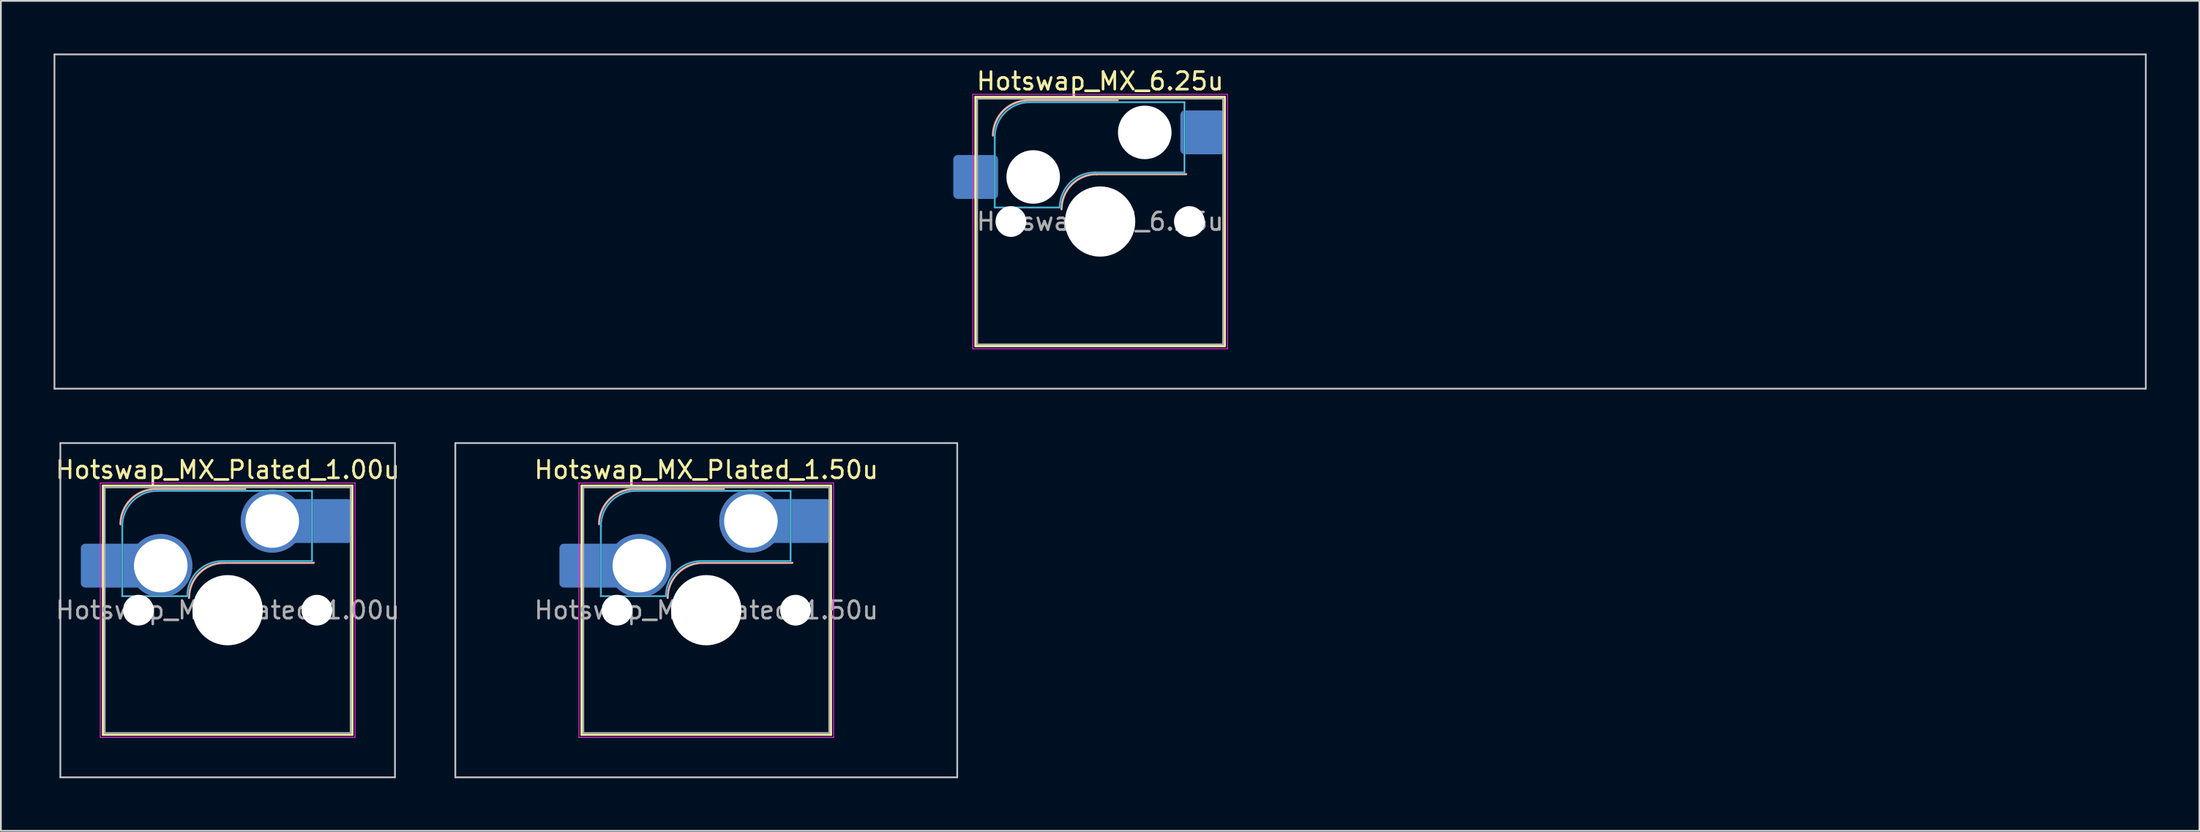
<source format=kicad_pcb>
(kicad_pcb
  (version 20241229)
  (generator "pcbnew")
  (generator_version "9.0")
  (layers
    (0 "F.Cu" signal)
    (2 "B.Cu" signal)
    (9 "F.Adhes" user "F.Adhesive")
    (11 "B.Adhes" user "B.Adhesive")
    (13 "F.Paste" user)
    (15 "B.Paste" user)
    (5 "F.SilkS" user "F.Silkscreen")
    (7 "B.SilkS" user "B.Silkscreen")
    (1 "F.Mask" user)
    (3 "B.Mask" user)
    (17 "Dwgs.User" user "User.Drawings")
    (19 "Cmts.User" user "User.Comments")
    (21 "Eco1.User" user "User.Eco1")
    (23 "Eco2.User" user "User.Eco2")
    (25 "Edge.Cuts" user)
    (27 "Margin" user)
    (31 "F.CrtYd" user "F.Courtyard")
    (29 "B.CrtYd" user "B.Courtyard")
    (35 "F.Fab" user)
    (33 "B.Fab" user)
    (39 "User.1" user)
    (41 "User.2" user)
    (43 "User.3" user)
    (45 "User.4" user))
  (footprint "Hotswap_MX_Plated_1.00u"
    (layer "F.Cu")
    (at 9.911 31.725)
    (property "Reference" "Hotswap_MX_Plated_1.00u" (at 0 -8 0) (layer "F.SilkS") (effects (font (size 1 1) (thickness 0.15))))
    (attr smd)
    (fp_line (start -7.1 -7.1) (end -7.1 7.1) (stroke (width 0.12) (type solid)) (layer "F.SilkS"))
    (fp_line (start -7.1 7.1) (end 7.1 7.1) (stroke (width 0.12) (type solid)) (layer "F.SilkS"))
    (fp_line (start 7.1 -7.1) (end -7.1 -7.1) (stroke (width 0.12) (type solid)) (layer "F.SilkS"))
    (fp_line (start 7.1 7.1) (end 7.1 -7.1) (stroke (width 0.12) (type solid)) (layer "F.SilkS"))
    (fp_line (start -4.1 -6.9) (end 1 -6.9) (stroke (width 0.12) (type solid)) (layer "B.SilkS"))
    (fp_line (start -0.2 -2.7) (end 4.9 -2.7) (stroke (width 0.12) (type solid)) (layer "B.SilkS"))
    (fp_arc (start -6.1 -4.9) (mid -5.514214 -6.314214) (end -4.1 -6.9) (stroke (width 0.12) (type solid)) (layer "B.SilkS"))
    (fp_arc (start -2.2 -0.7) (mid -1.614214 -2.114214) (end -0.2 -2.7) (stroke (width 0.12) (type solid)) (layer "B.SilkS"))
    (fp_line (start -9.525 -9.525) (end -9.525 9.525) (stroke (width 0.1) (type solid)) (layer "Dwgs.User"))
    (fp_line (start -9.525 9.525) (end 9.525 9.525) (stroke (width 0.1) (type solid)) (layer "Dwgs.User"))
    (fp_line (start 9.525 -9.525) (end -9.525 -9.525) (stroke (width 0.1) (type solid)) (layer "Dwgs.User"))
    (fp_line (start 9.525 9.525) (end 9.525 -9.525) (stroke (width 0.1) (type solid)) (layer "Dwgs.User"))
    (fp_line (start -7.8 -6) (end -7 -6) (stroke (width 0.1) (type solid)) (layer "Eco1.User"))
    (fp_line (start -7.8 -2.9) (end -7.8 -6) (stroke (width 0.1) (type solid)) (layer "Eco1.User"))
    (fp_line (start -7.8 2.9) (end -7 2.9) (stroke (width 0.1) (type solid)) (layer "Eco1.User"))
    (fp_line (start -7.8 6) (end -7.8 2.9) (stroke (width 0.1) (type solid)) (layer "Eco1.User"))
    (fp_line (start -7 -7) (end 7 -7) (stroke (width 0.1) (type solid)) (layer "Eco1.User"))
    (fp_line (start -7 -6) (end -7 -7) (stroke (width 0.1) (type solid)) (layer "Eco1.User"))
    (fp_line (start -7 -2.9) (end -7.8 -2.9) (stroke (width 0.1) (type solid)) (layer "Eco1.User"))
    (fp_line (start -7 2.9) (end -7 -2.9) (stroke (width 0.1) (type solid)) (layer "Eco1.User"))
    (fp_line (start -7 6) (end -7.8 6) (stroke (width 0.1) (type solid)) (layer "Eco1.User"))
    (fp_line (start -7 7) (end -7 6) (stroke (width 0.1) (type solid)) (layer "Eco1.User"))
    (fp_line (start 7 -7) (end 7 -6) (stroke (width 0.1) (type solid)) (layer "Eco1.User"))
    (fp_line (start 7 -6) (end 7.8 -6) (stroke (width 0.1) (type solid)) (layer "Eco1.User"))
    (fp_line (start 7 -2.9) (end 7 2.9) (stroke (width 0.1) (type solid)) (layer "Eco1.User"))
    (fp_line (start 7 2.9) (end 7.8 2.9) (stroke (width 0.1) (type solid)) (layer "Eco1.User"))
    (fp_line (start 7 6) (end 7 7) (stroke (width 0.1) (type solid)) (layer "Eco1.User"))
    (fp_line (start 7 7) (end -7 7) (stroke (width 0.1) (type solid)) (layer "Eco1.User"))
    (fp_line (start 7.8 -6) (end 7.8 -2.9) (stroke (width 0.1) (type solid)) (layer "Eco1.User"))
    (fp_line (start 7.8 -2.9) (end 7 -2.9) (stroke (width 0.1) (type solid)) (layer "Eco1.User"))
    (fp_line (start 7.8 2.9) (end 7.8 6) (stroke (width 0.1) (type solid)) (layer "Eco1.User"))
    (fp_line (start 7.8 6) (end 7 6) (stroke (width 0.1) (type solid)) (layer "Eco1.User"))
    (fp_line (start -6 -0.8) (end -6 -4.8) (stroke (width 0.05) (type solid)) (layer "B.CrtYd"))
    (fp_line (start -6 -0.8) (end -2.3 -0.8) (stroke (width 0.05) (type solid)) (layer "B.CrtYd"))
    (fp_line (start -4 -6.8) (end 4.8 -6.8) (stroke (width 0.05) (type solid)) (layer "B.CrtYd"))
    (fp_line (start -0.3 -2.8) (end 4.8 -2.8) (stroke (width 0.05) (type solid)) (layer "B.CrtYd"))
    (fp_line (start 4.8 -6.8) (end 4.8 -2.8) (stroke (width 0.05) (type solid)) (layer "B.CrtYd"))
    (fp_arc (start -6 -4.8) (mid -5.414214 -6.214214) (end -4 -6.8) (stroke (width 0.05) (type solid)) (layer "B.CrtYd"))
    (fp_arc (start -2.3 -0.8) (mid -1.714214 -2.214214) (end -0.3 -2.8) (stroke (width 0.05) (type solid)) (layer "B.CrtYd"))
    (fp_line (start -7.25 -7.25) (end -7.25 7.25) (stroke (width 0.05) (type solid)) (layer "F.CrtYd"))
    (fp_line (start -7.25 7.25) (end 7.25 7.25) (stroke (width 0.05) (type solid)) (layer "F.CrtYd"))
    (fp_line (start 7.25 -7.25) (end -7.25 -7.25) (stroke (width 0.05) (type solid)) (layer "F.CrtYd"))
    (fp_line (start 7.25 7.25) (end 7.25 -7.25) (stroke (width 0.05) (type solid)) (layer "F.CrtYd"))
    (fp_line (start -6 -0.8) (end -6 -4.8) (stroke (width 0.12) (type solid)) (layer "B.Fab"))
    (fp_line (start -6 -0.8) (end -2.3 -0.8) (stroke (width 0.12) (type solid)) (layer "B.Fab"))
    (fp_line (start -4 -6.8) (end 4.8 -6.8) (stroke (width 0.12) (type solid)) (layer "B.Fab"))
    (fp_line (start -0.3 -2.8) (end 4.8 -2.8) (stroke (width 0.12) (type solid)) (layer "B.Fab"))
    (fp_line (start 4.8 -6.8) (end 4.8 -2.8) (stroke (width 0.12) (type solid)) (layer "B.Fab"))
    (fp_arc (start -6 -4.8) (mid -5.414214 -6.214214) (end -4 -6.8) (stroke (width 0.12) (type solid)) (layer "B.Fab"))
    (fp_arc (start -2.3 -0.8) (mid -1.714214 -2.214214) (end -0.3 -2.8) (stroke (width 0.12) (type solid)) (layer "B.Fab"))
    (fp_line (start -7 -7) (end -7 7) (stroke (width 0.1) (type solid)) (layer "F.Fab"))
    (fp_line (start -7 7) (end 7 7) (stroke (width 0.1) (type solid)) (layer "F.Fab"))
    (fp_line (start 7 -7) (end -7 -7) (stroke (width 0.1) (type solid)) (layer "F.Fab"))
    (fp_line (start 7 7) (end 7 -7) (stroke (width 0.1) (type solid)) (layer "F.Fab"))
    (fp_text user "${REFERENCE}" (at 0 0 0) (layer "F.Fab") (effects (font (size 1 1) (thickness 0.15))))
    (pad "" smd roundrect (at -7.085 -2.54) (size 2.55 2.5) (layers "B.Mask" "B.Paste") (roundrect_rratio 0.1))
    (pad "" np_thru_hole circle (at -5.08 0) (size 1.75 1.75) (drill 1.75) (layers "*.Cu" "*.Mask"))
    (pad "" np_thru_hole circle (at 0 0) (size 4 4) (drill 4) (layers "*.Cu" "*.Mask"))
    (pad "" np_thru_hole circle (at 5.08 0) (size 1.75 1.75) (drill 1.75) (layers "*.Cu" "*.Mask"))
    (pad "" smd roundrect (at 5.842 -5.08) (size 2.55 2.5) (layers "B.Mask" "B.Paste") (roundrect_rratio 0.1))
    (pad "1" smd roundrect (at -6.585 -2.54) (size 3.55 2.5) (layers "B.Cu") (roundrect_rratio 0.1))
    (pad "1" thru_hole circle (at -3.81 -2.54) (size 3.6 3.6) (drill 3.05) (layers "*.Cu" "*.Mask"))
    (pad "2" thru_hole circle (at 2.54 -5.08) (size 3.6 3.6) (drill 3.05) (layers "*.Cu" "*.Mask"))
    (pad "2" smd roundrect (at 5.32 -5.08) (size 3.55 2.5) (layers "B.Cu") (roundrect_rratio 0.1)))
  (footprint "Hotswap_MX_Plated_1.50u"
    (layer "F.Cu")
    (at 37.159 31.725)
    (property "Reference" "Hotswap_MX_Plated_1.50u" (at 0 -8 0) (layer "F.SilkS") (effects (font (size 1 1) (thickness 0.15))))
    (attr smd)
    (fp_line (start -7.1 -7.1) (end -7.1 7.1) (stroke (width 0.12) (type solid)) (layer "F.SilkS"))
    (fp_line (start -7.1 7.1) (end 7.1 7.1) (stroke (width 0.12) (type solid)) (layer "F.SilkS"))
    (fp_line (start 7.1 -7.1) (end -7.1 -7.1) (stroke (width 0.12) (type solid)) (layer "F.SilkS"))
    (fp_line (start 7.1 7.1) (end 7.1 -7.1) (stroke (width 0.12) (type solid)) (layer "F.SilkS"))
    (fp_line (start -4.1 -6.9) (end 1 -6.9) (stroke (width 0.12) (type solid)) (layer "B.SilkS"))
    (fp_line (start -0.2 -2.7) (end 4.9 -2.7) (stroke (width 0.12) (type solid)) (layer "B.SilkS"))
    (fp_arc (start -6.1 -4.9) (mid -5.514214 -6.314214) (end -4.1 -6.9) (stroke (width 0.12) (type solid)) (layer "B.SilkS"))
    (fp_arc (start -2.2 -0.7) (mid -1.614214 -2.114214) (end -0.2 -2.7) (stroke (width 0.12) (type solid)) (layer "B.SilkS"))
    (fp_line (start -14.287 -9.525) (end -14.287 9.525) (stroke (width 0.1) (type solid)) (layer "Dwgs.User"))
    (fp_line (start -14.287 9.525) (end 14.287 9.525) (stroke (width 0.1) (type solid)) (layer "Dwgs.User"))
    (fp_line (start 14.287 -9.525) (end -14.287 -9.525) (stroke (width 0.1) (type solid)) (layer "Dwgs.User"))
    (fp_line (start 14.287 9.525) (end 14.287 -9.525) (stroke (width 0.1) (type solid)) (layer "Dwgs.User"))
    (fp_line (start -7.8 -6) (end -7 -6) (stroke (width 0.1) (type solid)) (layer "Eco1.User"))
    (fp_line (start -7.8 -2.9) (end -7.8 -6) (stroke (width 0.1) (type solid)) (layer "Eco1.User"))
    (fp_line (start -7.8 2.9) (end -7 2.9) (stroke (width 0.1) (type solid)) (layer "Eco1.User"))
    (fp_line (start -7.8 6) (end -7.8 2.9) (stroke (width 0.1) (type solid)) (layer "Eco1.User"))
    (fp_line (start -7 -7) (end 7 -7) (stroke (width 0.1) (type solid)) (layer "Eco1.User"))
    (fp_line (start -7 -6) (end -7 -7) (stroke (width 0.1) (type solid)) (layer "Eco1.User"))
    (fp_line (start -7 -2.9) (end -7.8 -2.9) (stroke (width 0.1) (type solid)) (layer "Eco1.User"))
    (fp_line (start -7 2.9) (end -7 -2.9) (stroke (width 0.1) (type solid)) (layer "Eco1.User"))
    (fp_line (start -7 6) (end -7.8 6) (stroke (width 0.1) (type solid)) (layer "Eco1.User"))
    (fp_line (start -7 7) (end -7 6) (stroke (width 0.1) (type solid)) (layer "Eco1.User"))
    (fp_line (start 7 -7) (end 7 -6) (stroke (width 0.1) (type solid)) (layer "Eco1.User"))
    (fp_line (start 7 -6) (end 7.8 -6) (stroke (width 0.1) (type solid)) (layer "Eco1.User"))
    (fp_line (start 7 -2.9) (end 7 2.9) (stroke (width 0.1) (type solid)) (layer "Eco1.User"))
    (fp_line (start 7 2.9) (end 7.8 2.9) (stroke (width 0.1) (type solid)) (layer "Eco1.User"))
    (fp_line (start 7 6) (end 7 7) (stroke (width 0.1) (type solid)) (layer "Eco1.User"))
    (fp_line (start 7 7) (end -7 7) (stroke (width 0.1) (type solid)) (layer "Eco1.User"))
    (fp_line (start 7.8 -6) (end 7.8 -2.9) (stroke (width 0.1) (type solid)) (layer "Eco1.User"))
    (fp_line (start 7.8 -2.9) (end 7 -2.9) (stroke (width 0.1) (type solid)) (layer "Eco1.User"))
    (fp_line (start 7.8 2.9) (end 7.8 6) (stroke (width 0.1) (type solid)) (layer "Eco1.User"))
    (fp_line (start 7.8 6) (end 7 6) (stroke (width 0.1) (type solid)) (layer "Eco1.User"))
    (fp_line (start -6 -0.8) (end -6 -4.8) (stroke (width 0.05) (type solid)) (layer "B.CrtYd"))
    (fp_line (start -6 -0.8) (end -2.3 -0.8) (stroke (width 0.05) (type solid)) (layer "B.CrtYd"))
    (fp_line (start -4 -6.8) (end 4.8 -6.8) (stroke (width 0.05) (type solid)) (layer "B.CrtYd"))
    (fp_line (start -0.3 -2.8) (end 4.8 -2.8) (stroke (width 0.05) (type solid)) (layer "B.CrtYd"))
    (fp_line (start 4.8 -6.8) (end 4.8 -2.8) (stroke (width 0.05) (type solid)) (layer "B.CrtYd"))
    (fp_arc (start -6 -4.8) (mid -5.414214 -6.214214) (end -4 -6.8) (stroke (width 0.05) (type solid)) (layer "B.CrtYd"))
    (fp_arc (start -2.3 -0.8) (mid -1.714214 -2.214214) (end -0.3 -2.8) (stroke (width 0.05) (type solid)) (layer "B.CrtYd"))
    (fp_line (start -7.25 -7.25) (end -7.25 7.25) (stroke (width 0.05) (type solid)) (layer "F.CrtYd"))
    (fp_line (start -7.25 7.25) (end 7.25 7.25) (stroke (width 0.05) (type solid)) (layer "F.CrtYd"))
    (fp_line (start 7.25 -7.25) (end -7.25 -7.25) (stroke (width 0.05) (type solid)) (layer "F.CrtYd"))
    (fp_line (start 7.25 7.25) (end 7.25 -7.25) (stroke (width 0.05) (type solid)) (layer "F.CrtYd"))
    (fp_line (start -6 -0.8) (end -6 -4.8) (stroke (width 0.12) (type solid)) (layer "B.Fab"))
    (fp_line (start -6 -0.8) (end -2.3 -0.8) (stroke (width 0.12) (type solid)) (layer "B.Fab"))
    (fp_line (start -4 -6.8) (end 4.8 -6.8) (stroke (width 0.12) (type solid)) (layer "B.Fab"))
    (fp_line (start -0.3 -2.8) (end 4.8 -2.8) (stroke (width 0.12) (type solid)) (layer "B.Fab"))
    (fp_line (start 4.8 -6.8) (end 4.8 -2.8) (stroke (width 0.12) (type solid)) (layer "B.Fab"))
    (fp_arc (start -6 -4.8) (mid -5.414214 -6.214214) (end -4 -6.8) (stroke (width 0.12) (type solid)) (layer "B.Fab"))
    (fp_arc (start -2.3 -0.8) (mid -1.714214 -2.214214) (end -0.3 -2.8) (stroke (width 0.12) (type solid)) (layer "B.Fab"))
    (fp_line (start -7 -7) (end -7 7) (stroke (width 0.1) (type solid)) (layer "F.Fab"))
    (fp_line (start -7 7) (end 7 7) (stroke (width 0.1) (type solid)) (layer "F.Fab"))
    (fp_line (start 7 -7) (end -7 -7) (stroke (width 0.1) (type solid)) (layer "F.Fab"))
    (fp_line (start 7 7) (end 7 -7) (stroke (width 0.1) (type solid)) (layer "F.Fab"))
    (fp_text user "${REFERENCE}" (at 0 0 0) (layer "F.Fab") (effects (font (size 1 1) (thickness 0.15))))
    (pad "" smd roundrect (at -7.085 -2.54) (size 2.55 2.5) (layers "B.Mask" "B.Paste") (roundrect_rratio 0.1))
    (pad "" np_thru_hole circle (at -5.08 0) (size 1.75 1.75) (drill 1.75) (layers "*.Cu" "*.Mask"))
    (pad "" np_thru_hole circle (at 0 0) (size 4 4) (drill 4) (layers "*.Cu" "*.Mask"))
    (pad "" np_thru_hole circle (at 5.08 0) (size 1.75 1.75) (drill 1.75) (layers "*.Cu" "*.Mask"))
    (pad "" smd roundrect (at 5.842 -5.08) (size 2.55 2.5) (layers "B.Mask" "B.Paste") (roundrect_rratio 0.1))
    (pad "1" smd roundrect (at -6.585 -2.54) (size 3.55 2.5) (layers "B.Cu") (roundrect_rratio 0.1))
    (pad "1" thru_hole circle (at -3.81 -2.54) (size 3.6 3.6) (drill 3.05) (layers "*.Cu" "*.Mask"))
    (pad "2" thru_hole circle (at 2.54 -5.08) (size 3.6 3.6) (drill 3.05) (layers "*.Cu" "*.Mask"))
    (pad "2" smd roundrect (at 5.32 -5.08) (size 3.55 2.5) (layers "B.Cu") (roundrect_rratio 0.1)))
  (footprint "Hotswap_MX_6.25u"
    (layer "F.Cu")
    (at 59.581 9.575)
    (property "Reference" "Hotswap_MX_6.25u" (at 0 -8 0) (layer "F.SilkS") (effects (font (size 1 1) (thickness 0.15))))
    (attr smd)
    (fp_line (start -7.1 -7.1) (end -7.1 7.1) (stroke (width 0.12) (type solid)) (layer "F.SilkS"))
    (fp_line (start -7.1 7.1) (end 7.1 7.1) (stroke (width 0.12) (type solid)) (layer "F.SilkS"))
    (fp_line (start 7.1 -7.1) (end -7.1 -7.1) (stroke (width 0.12) (type solid)) (layer "F.SilkS"))
    (fp_line (start 7.1 7.1) (end 7.1 -7.1) (stroke (width 0.12) (type solid)) (layer "F.SilkS"))
    (fp_line (start -4.1 -6.9) (end 1 -6.9) (stroke (width 0.12) (type solid)) (layer "B.SilkS"))
    (fp_line (start -0.2 -2.7) (end 4.9 -2.7) (stroke (width 0.12) (type solid)) (layer "B.SilkS"))
    (fp_arc (start -6.1 -4.9) (mid -5.514214 -6.314214) (end -4.1 -6.9) (stroke (width 0.12) (type solid)) (layer "B.SilkS"))
    (fp_arc (start -2.2 -0.7) (mid -1.614214 -2.114214) (end -0.2 -2.7) (stroke (width 0.12) (type solid)) (layer "B.SilkS"))
    (fp_line (start -59.531 -9.525) (end -59.531 9.525) (stroke (width 0.1) (type solid)) (layer "Dwgs.User"))
    (fp_line (start -59.531 9.525) (end 59.531 9.525) (stroke (width 0.1) (type solid)) (layer "Dwgs.User"))
    (fp_line (start 59.531 -9.525) (end -59.531 -9.525) (stroke (width 0.1) (type solid)) (layer "Dwgs.User"))
    (fp_line (start 59.531 9.525) (end 59.531 -9.525) (stroke (width 0.1) (type solid)) (layer "Dwgs.User"))
    (fp_line (start -7.8 -6) (end -7 -6) (stroke (width 0.1) (type solid)) (layer "Eco1.User"))
    (fp_line (start -7.8 -2.9) (end -7.8 -6) (stroke (width 0.1) (type solid)) (layer "Eco1.User"))
    (fp_line (start -7.8 2.9) (end -7 2.9) (stroke (width 0.1) (type solid)) (layer "Eco1.User"))
    (fp_line (start -7.8 6) (end -7.8 2.9) (stroke (width 0.1) (type solid)) (layer "Eco1.User"))
    (fp_line (start -7 -7) (end 7 -7) (stroke (width 0.1) (type solid)) (layer "Eco1.User"))
    (fp_line (start -7 -6) (end -7 -7) (stroke (width 0.1) (type solid)) (layer "Eco1.User"))
    (fp_line (start -7 -2.9) (end -7.8 -2.9) (stroke (width 0.1) (type solid)) (layer "Eco1.User"))
    (fp_line (start -7 2.9) (end -7 -2.9) (stroke (width 0.1) (type solid)) (layer "Eco1.User"))
    (fp_line (start -7 6) (end -7.8 6) (stroke (width 0.1) (type solid)) (layer "Eco1.User"))
    (fp_line (start -7 7) (end -7 6) (stroke (width 0.1) (type solid)) (layer "Eco1.User"))
    (fp_line (start 7 -7) (end 7 -6) (stroke (width 0.1) (type solid)) (layer "Eco1.User"))
    (fp_line (start 7 -6) (end 7.8 -6) (stroke (width 0.1) (type solid)) (layer "Eco1.User"))
    (fp_line (start 7 -2.9) (end 7 2.9) (stroke (width 0.1) (type solid)) (layer "Eco1.User"))
    (fp_line (start 7 2.9) (end 7.8 2.9) (stroke (width 0.1) (type solid)) (layer "Eco1.User"))
    (fp_line (start 7 6) (end 7 7) (stroke (width 0.1) (type solid)) (layer "Eco1.User"))
    (fp_line (start 7 7) (end -7 7) (stroke (width 0.1) (type solid)) (layer "Eco1.User"))
    (fp_line (start 7.8 -6) (end 7.8 -2.9) (stroke (width 0.1) (type solid)) (layer "Eco1.User"))
    (fp_line (start 7.8 -2.9) (end 7 -2.9) (stroke (width 0.1) (type solid)) (layer "Eco1.User"))
    (fp_line (start 7.8 2.9) (end 7.8 6) (stroke (width 0.1) (type solid)) (layer "Eco1.User"))
    (fp_line (start 7.8 6) (end 7 6) (stroke (width 0.1) (type solid)) (layer "Eco1.User"))
    (fp_line (start -6 -0.8) (end -6 -4.8) (stroke (width 0.05) (type solid)) (layer "B.CrtYd"))
    (fp_line (start -6 -0.8) (end -2.3 -0.8) (stroke (width 0.05) (type solid)) (layer "B.CrtYd"))
    (fp_line (start -4 -6.8) (end 4.8 -6.8) (stroke (width 0.05) (type solid)) (layer "B.CrtYd"))
    (fp_line (start -0.3 -2.8) (end 4.8 -2.8) (stroke (width 0.05) (type solid)) (layer "B.CrtYd"))
    (fp_line (start 4.8 -6.8) (end 4.8 -2.8) (stroke (width 0.05) (type solid)) (layer "B.CrtYd"))
    (fp_arc (start -6 -4.8) (mid -5.414214 -6.214214) (end -4 -6.8) (stroke (width 0.05) (type solid)) (layer "B.CrtYd"))
    (fp_arc (start -2.3 -0.8) (mid -1.714214 -2.214214) (end -0.3 -2.8) (stroke (width 0.05) (type solid)) (layer "B.CrtYd"))
    (fp_line (start -7.25 -7.25) (end -7.25 7.25) (stroke (width 0.05) (type solid)) (layer "F.CrtYd"))
    (fp_line (start -7.25 7.25) (end 7.25 7.25) (stroke (width 0.05) (type solid)) (layer "F.CrtYd"))
    (fp_line (start 7.25 -7.25) (end -7.25 -7.25) (stroke (width 0.05) (type solid)) (layer "F.CrtYd"))
    (fp_line (start 7.25 7.25) (end 7.25 -7.25) (stroke (width 0.05) (type solid)) (layer "F.CrtYd"))
    (fp_line (start -6 -0.8) (end -6 -4.8) (stroke (width 0.12) (type solid)) (layer "B.Fab"))
    (fp_line (start -6 -0.8) (end -2.3 -0.8) (stroke (width 0.12) (type solid)) (layer "B.Fab"))
    (fp_line (start -4 -6.8) (end 4.8 -6.8) (stroke (width 0.12) (type solid)) (layer "B.Fab"))
    (fp_line (start -0.3 -2.8) (end 4.8 -2.8) (stroke (width 0.12) (type solid)) (layer "B.Fab"))
    (fp_line (start 4.8 -6.8) (end 4.8 -2.8) (stroke (width 0.12) (type solid)) (layer "B.Fab"))
    (fp_arc (start -6 -4.8) (mid -5.414214 -6.214214) (end -4 -6.8) (stroke (width 0.12) (type solid)) (layer "B.Fab"))
    (fp_arc (start -2.3 -0.8) (mid -1.714214 -2.214214) (end -0.3 -2.8) (stroke (width 0.12) (type solid)) (layer "B.Fab"))
    (fp_line (start -7 -7) (end -7 7) (stroke (width 0.1) (type solid)) (layer "F.Fab"))
    (fp_line (start -7 7) (end 7 7) (stroke (width 0.1) (type solid)) (layer "F.Fab"))
    (fp_line (start 7 -7) (end -7 -7) (stroke (width 0.1) (type solid)) (layer "F.Fab"))
    (fp_line (start 7 7) (end 7 -7) (stroke (width 0.1) (type solid)) (layer "F.Fab"))
    (fp_text user "${REFERENCE}" (at 0 0 0) (layer "F.Fab") (effects (font (size 1 1) (thickness 0.15))))
    (pad "" np_thru_hole circle (at -5.08 0) (size 1.75 1.75) (drill 1.75) (layers "*.Cu" "*.Mask"))
    (pad "" np_thru_hole circle (at -3.81 -2.54) (size 3.05 3.05) (drill 3.05) (layers "*.Cu" "*.Mask"))
    (pad "" np_thru_hole circle (at 0 0) (size 4 4) (drill 4) (layers "*.Cu" "*.Mask"))
    (pad "" np_thru_hole circle (at 2.54 -5.08) (size 3.05 3.05) (drill 3.05) (layers "*.Cu" "*.Mask"))
    (pad "" np_thru_hole circle (at 5.08 0) (size 1.75 1.75) (drill 1.75) (layers "*.Cu" "*.Mask"))
    (pad "1" smd roundrect (at -7.085 -2.54) (size 2.55 2.5) (layers "B.Cu" "B.Mask" "B.Paste") (roundrect_rratio 0.1))
    (pad "2" smd roundrect (at 5.842 -5.08) (size 2.55 2.5) (layers "B.Cu" "B.Mask" "B.Paste") (roundrect_rratio 0.1)))
  (gr_rect
    (start -3 -3)
    (end 122.162 44.3)
    (stroke (width 0.1) (type default))
    (fill no)
    (layer "Edge.Cuts")))
</source>
